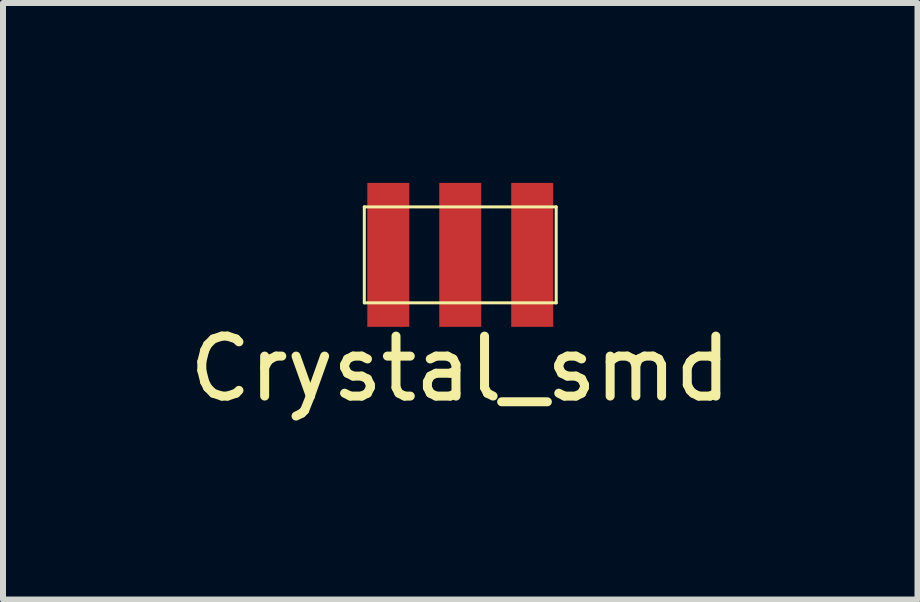
<source format=kicad_pcb>
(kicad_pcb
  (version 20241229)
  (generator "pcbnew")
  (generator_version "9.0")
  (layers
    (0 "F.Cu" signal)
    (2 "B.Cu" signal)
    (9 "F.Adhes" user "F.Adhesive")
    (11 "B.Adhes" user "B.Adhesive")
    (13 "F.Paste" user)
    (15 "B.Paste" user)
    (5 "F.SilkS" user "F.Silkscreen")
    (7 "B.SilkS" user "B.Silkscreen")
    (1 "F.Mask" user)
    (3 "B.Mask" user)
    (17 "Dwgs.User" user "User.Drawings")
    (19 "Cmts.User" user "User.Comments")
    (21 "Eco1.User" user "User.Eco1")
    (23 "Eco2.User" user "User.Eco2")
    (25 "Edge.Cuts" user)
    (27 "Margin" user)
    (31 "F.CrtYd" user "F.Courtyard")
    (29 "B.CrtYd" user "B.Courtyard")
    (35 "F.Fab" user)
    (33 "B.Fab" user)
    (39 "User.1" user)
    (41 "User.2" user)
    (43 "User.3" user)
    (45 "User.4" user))
  (footprint "Crystal_smd"
    (layer "F.Cu")
    (at 4.625 1.2)
    (property "Reference" "Crystal_smd" (at 0 1.9 0) (layer "F.SilkS") (effects (font (size 1 1) (thickness 0.15))))
    (attr through_hole)
    (fp_line (start -1.6 -0.8) (end -1.6 0.8) (stroke (width 0.05) (type solid)) (layer "F.SilkS"))
    (fp_line (start -1.6 0.8) (end 1.6 0.8) (stroke (width 0.05) (type solid)) (layer "F.SilkS"))
    (fp_line (start 1.6 -0.8) (end -1.6 -0.8) (stroke (width 0.05) (type solid)) (layer "F.SilkS"))
    (fp_line (start 1.6 0.8) (end 1.6 -0.8) (stroke (width 0.05) (type solid)) (layer "F.SilkS"))
    (pad "1" smd rect (at -1.2 0) (size 0.7 2.4) (layers "F.Cu" "F.Mask" "F.Paste"))
    (pad "2" smd rect (at 0 0) (size 0.7 2.4) (layers "F.Cu" "F.Mask" "F.Paste"))
    (pad "3" smd rect (at 1.2 0) (size 0.7 2.4) (layers "F.Cu" "F.Mask" "F.Paste")))
  (gr_rect
    (start -3 -3)
    (end 12.25 6.948)
    (stroke (width 0.1) (type default))
    (fill no)
    (layer "Edge.Cuts")))
</source>
